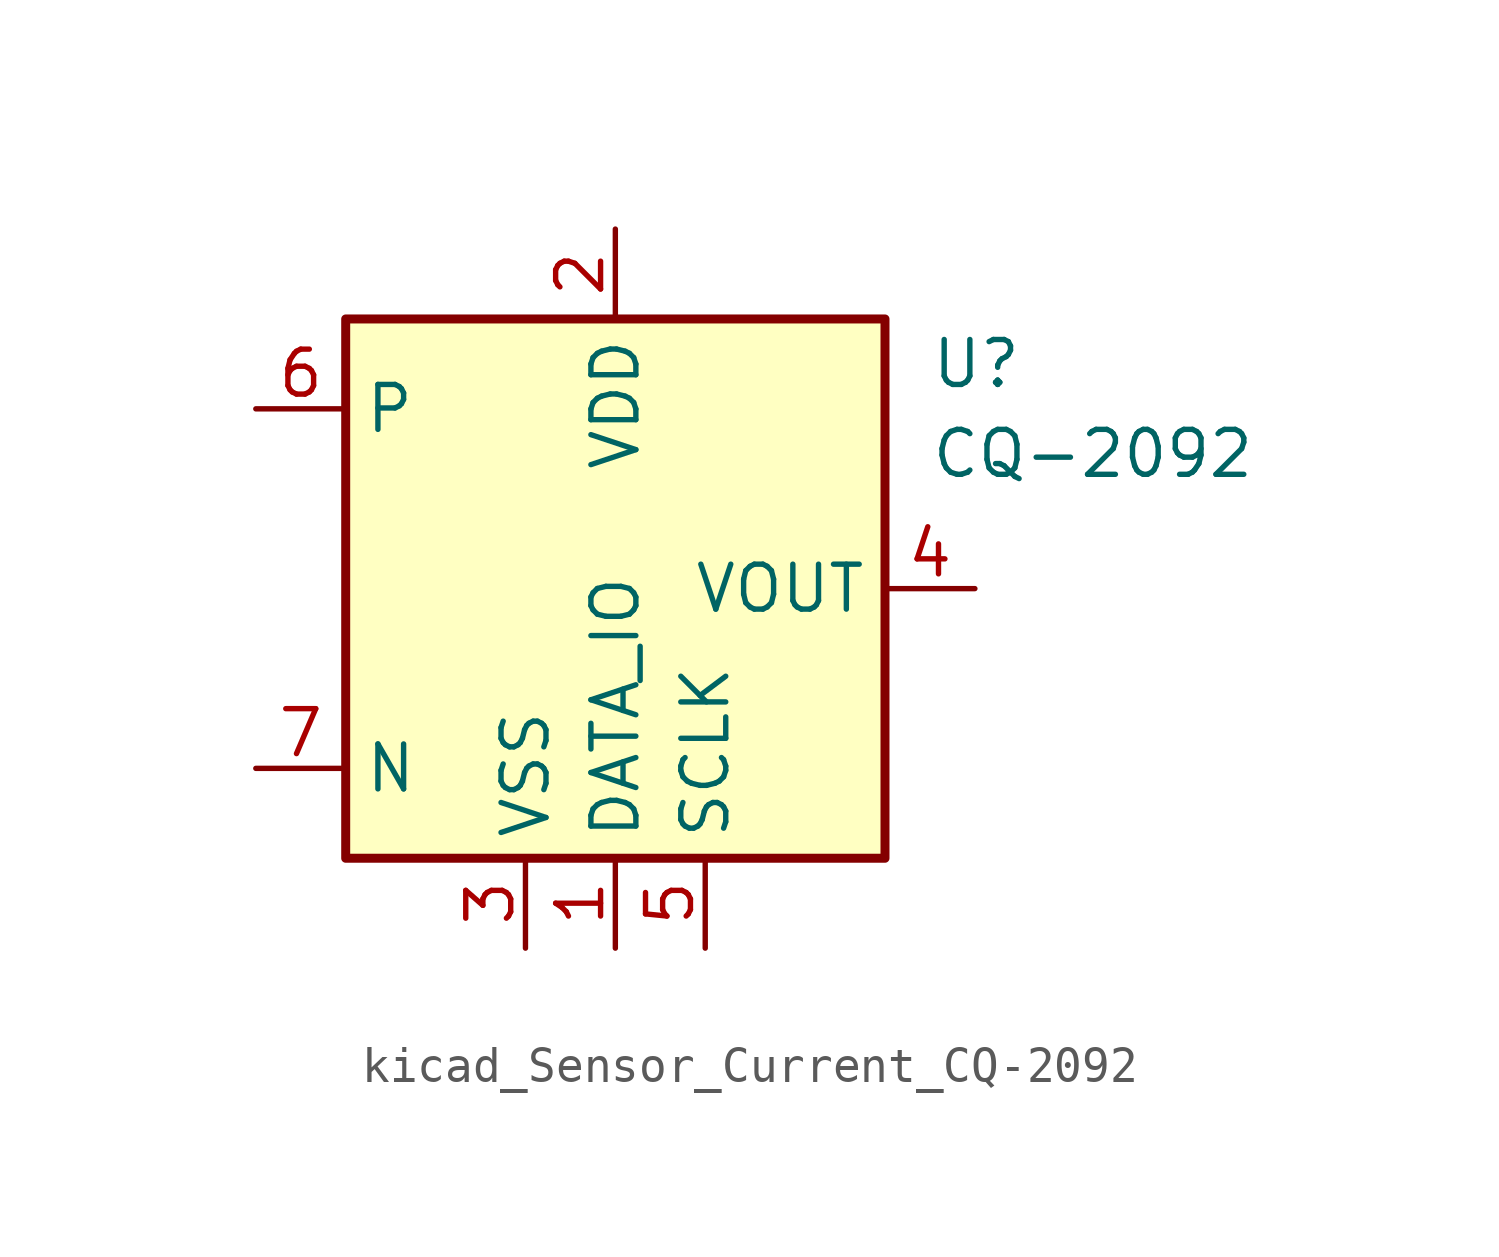
<source format=kicad_sym>
(kicad_symbol_lib
  (version 20220914)
  (generator kicad_symbol_editor)
  (symbol "kicad_Sensor_Current_CQ-2092"
    (property "Reference" "U"
      (at 8.89 6.35 0)
      (effects (font (size 1.27 1.27)) (justify left)))
    (property "Value" "CQ-2092"
      (at 8.89 3.81 0)
      (effects (font (size 1.27 1.27)) (justify left)))
    (symbol "kicad_Sensor_Current_CQ-2092_0_1"
      (rectangle (start -7.62 7.62) (end 7.62 -7.62) (stroke (width 0.254) (type default)) (fill (type background))))
    (symbol "kicad_Sensor_Current_CQ-2092_1_1"
      (pin power_in line (at 0 -10.16 90) (length 2.54) (name "DATA_IO" (effects (font (size 1.27 1.27)))) (number "1" (effects (font (size 1.27 1.27)))))
      (pin power_in line (at 0 10.16 270) (length 2.54) (name "VDD" (effects (font (size 1.27 1.27)))) (number "2" (effects (font (size 1.27 1.27)))))
      (pin power_in line (at -2.54 -10.16 90) (length 2.54) (name "VSS" (effects (font (size 1.27 1.27)))) (number "3" (effects (font (size 1.27 1.27)))))
      (pin output line (at 10.16 0 180) (length 2.54) (name "VOUT" (effects (font (size 1.27 1.27)))) (number "4" (effects (font (size 1.27 1.27)))))
      (pin power_in line (at 2.54 -10.16 90) (length 2.54) (name "SCLK" (effects (font (size 1.27 1.27)))) (number "5" (effects (font (size 1.27 1.27)))))
      (pin passive line (at -10.16 5.08 0) (length 2.54) (name "P" (effects (font (size 1.27 1.27)))) (number "6" (effects (font (size 1.27 1.27)))))
      (pin passive line (at -10.16 -5.08 0) (length 2.54) (name "N" (effects (font (size 1.27 1.27)))) (number "7" (effects (font (size 1.27 1.27))))))))
</source>
